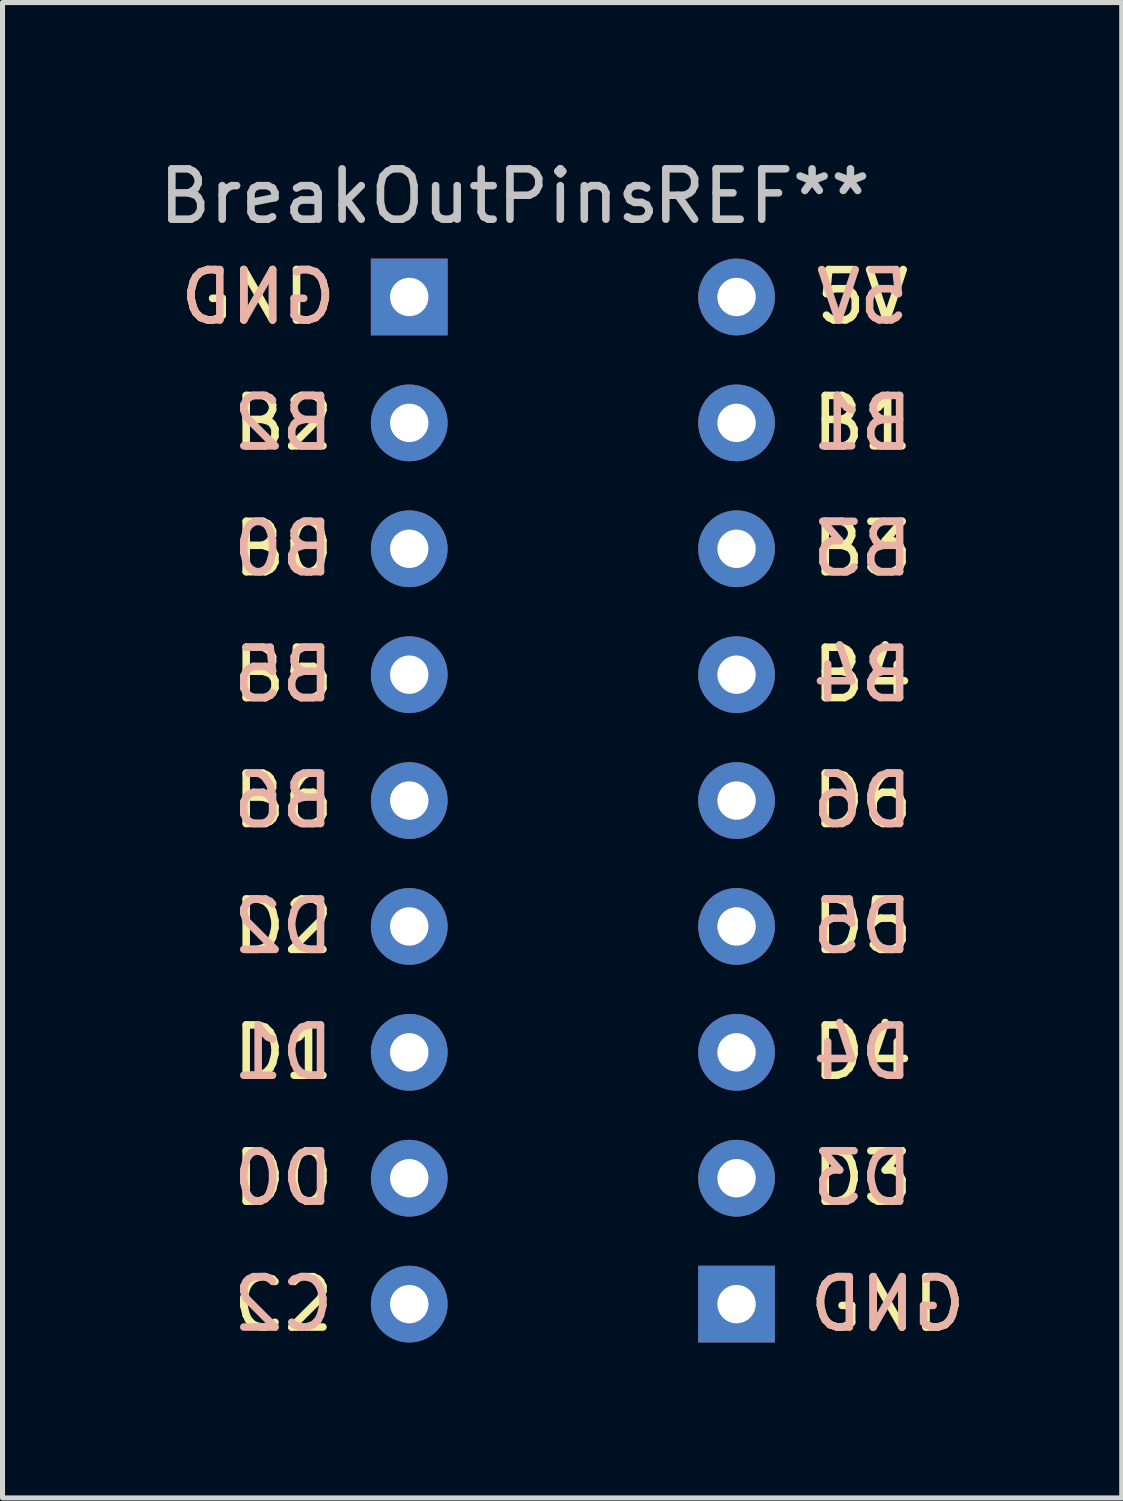
<source format=kicad_pcb>
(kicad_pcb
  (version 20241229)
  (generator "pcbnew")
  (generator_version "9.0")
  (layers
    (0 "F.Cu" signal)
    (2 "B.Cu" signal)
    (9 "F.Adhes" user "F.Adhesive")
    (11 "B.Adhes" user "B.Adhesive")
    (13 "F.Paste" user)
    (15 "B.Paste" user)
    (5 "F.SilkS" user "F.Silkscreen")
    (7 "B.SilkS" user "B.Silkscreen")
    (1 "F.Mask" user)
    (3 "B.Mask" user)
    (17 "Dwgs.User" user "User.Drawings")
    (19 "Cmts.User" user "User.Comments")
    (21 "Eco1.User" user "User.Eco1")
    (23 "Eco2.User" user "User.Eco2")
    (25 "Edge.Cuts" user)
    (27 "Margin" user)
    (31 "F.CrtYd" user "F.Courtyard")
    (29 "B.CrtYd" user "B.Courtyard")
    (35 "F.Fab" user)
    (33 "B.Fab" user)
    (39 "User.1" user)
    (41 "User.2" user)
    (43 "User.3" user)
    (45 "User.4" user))
  (footprint "BreakOutPins"
    (layer "F.Cu")
    (at 5.077 2.848)
    (property "Reference" "BreakOutPins" (at 0 -2 0) (unlocked yes) (layer "Dwgs.User") (effects (font (size 1 1) (thickness 0.15))))
    (attr through_hole)
    (fp_text user "B2" (at -2.5 2.5 0) (unlocked yes) (layer "F.SilkS") (effects (font (size 1 1) (thickness 0.15))))
    (fp_text user "D0" (at -2.5 17.5 0) (unlocked yes) (layer "F.SilkS") (effects (font (size 1 1) (thickness 0.15))))
    (fp_text user "B5" (at -2.5 7.5 0) (unlocked yes) (layer "F.SilkS") (effects (font (size 1 1) (thickness 0.15))))
    (fp_text user "B1" (at 9 2.5 0) (unlocked yes) (layer "F.SilkS") (effects (font (size 1 1) (thickness 0.15))))
    (fp_text user "5V" (at 9 0 0) (unlocked yes) (layer "F.SilkS") (effects (font (size 1 1) (thickness 0.15))))
    (fp_text user "D4" (at 9 15 0) (unlocked yes) (layer "F.SilkS") (effects (font (size 1 1) (thickness 0.15))))
    (fp_text user "GND" (at -3 0 0) (unlocked yes) (layer "F.SilkS") (effects (font (size 1 1) (thickness 0.15))))
    (fp_text user "B3" (at 9 5 0) (unlocked yes) (layer "F.SilkS") (effects (font (size 1 1) (thickness 0.15))))
    (fp_text user "D6" (at 9 10 0) (unlocked yes) (layer "F.SilkS") (effects (font (size 1 1) (thickness 0.15))))
    (fp_text user "B6" (at -2.5 10 0) (unlocked yes) (layer "F.SilkS") (effects (font (size 1 1) (thickness 0.15))))
    (fp_text user "C2" (at -2.5 20 0) (unlocked yes) (layer "F.SilkS") (effects (font (size 1 1) (thickness 0.15))))
    (fp_text user "GND" (at 9.5 20 0) (unlocked yes) (layer "F.SilkS") (effects (font (size 1 1) (thickness 0.15))))
    (fp_text user "B0" (at -2.5 5 0) (unlocked yes) (layer "F.SilkS") (effects (font (size 1 1) (thickness 0.15))))
    (fp_text user "D2" (at -2.5 12.5 0) (unlocked yes) (layer "F.SilkS") (effects (font (size 1 1) (thickness 0.15))))
    (fp_text user "D5" (at 9 12.5 0) (unlocked yes) (layer "F.SilkS") (effects (font (size 1 1) (thickness 0.15))))
    (fp_text user "D3" (at 9 17.5 0) (unlocked yes) (layer "F.SilkS") (effects (font (size 1 1) (thickness 0.15))))
    (fp_text user "D1" (at -2.5 15 0) (unlocked yes) (layer "F.SilkS") (effects (font (size 1 1) (thickness 0.15))))
    (fp_text user "B4" (at 9 7.5 0) (unlocked yes) (layer "F.SilkS") (effects (font (size 1 1) (thickness 0.15))))
    (fp_text user "D1" (at -2.5 15 0) (unlocked yes) (layer "B.SilkS") (effects (font (size 1 1) (thickness 0.15)) (justify mirror)))
    (fp_text user "B5" (at -2.5 7.5 0) (unlocked yes) (layer "B.SilkS") (effects (font (size 1 1) (thickness 0.15)) (justify mirror)))
    (fp_text user "D6" (at 9 10 0) (unlocked yes) (layer "B.SilkS") (effects (font (size 1 1) (thickness 0.15)) (justify mirror)))
    (fp_text user "D5" (at 9 12.5 0) (unlocked yes) (layer "B.SilkS") (effects (font (size 1 1) (thickness 0.15)) (justify mirror)))
    (fp_text user "5V" (at 9 0 0) (unlocked yes) (layer "B.SilkS") (effects (font (size 1 1) (thickness 0.15)) (justify mirror)))
    (fp_text user "B3" (at 9 5 0) (unlocked yes) (layer "B.SilkS") (effects (font (size 1 1) (thickness 0.15)) (justify mirror)))
    (fp_text user "B6" (at -2.5 10 0) (unlocked yes) (layer "B.SilkS") (effects (font (size 1 1) (thickness 0.15)) (justify mirror)))
    (fp_text user "B4" (at 9 7.5 0) (unlocked yes) (layer "B.SilkS") (effects (font (size 1 1) (thickness 0.15)) (justify mirror)))
    (fp_text user "GND" (at -3 0 0) (unlocked yes) (layer "B.SilkS") (effects (font (size 1 1) (thickness 0.15)) (justify mirror)))
    (fp_text user "D4" (at 9 15 0) (unlocked yes) (layer "B.SilkS") (effects (font (size 1 1) (thickness 0.15)) (justify mirror)))
    (fp_text user "B1" (at 9 2.5 0) (unlocked yes) (layer "B.SilkS") (effects (font (size 1 1) (thickness 0.15)) (justify mirror)))
    (fp_text user "D0" (at -2.5 17.5 0) (unlocked yes) (layer "B.SilkS") (effects (font (size 1 1) (thickness 0.15)) (justify mirror)))
    (fp_text user "B2" (at -2.5 2.5 0) (unlocked yes) (layer "B.SilkS") (effects (font (size 1 1) (thickness 0.15)) (justify mirror)))
    (fp_text user "GND" (at 9.5 20 0) (unlocked yes) (layer "B.SilkS") (effects (font (size 1 1) (thickness 0.15)) (justify mirror)))
    (fp_text user "D3" (at 9 17.5 0) (unlocked yes) (layer "B.SilkS") (effects (font (size 1 1) (thickness 0.15)) (justify mirror)))
    (fp_text user "C2" (at -2.5 20 0) (unlocked yes) (layer "B.SilkS") (effects (font (size 1 1) (thickness 0.15)) (justify mirror)))
    (fp_text user "D2" (at -2.5 12.5 0) (unlocked yes) (layer "B.SilkS") (effects (font (size 1 1) (thickness 0.15)) (justify mirror)))
    (fp_text user "B0" (at -2.5 5 0) (unlocked yes) (layer "B.SilkS") (effects (font (size 1 1) (thickness 0.15)) (justify mirror)))
    (fp_text user "REF**" (at 7 -2 0) (unlocked yes) (layer "Dwgs.User") (effects (font (size 1 1) (thickness 0.15))))
    (pad "1" thru_hole rect (at 0 0) (size 1.524 1.524) (drill 0.762) (layers "*.Cu" "*.Mask"))
    (pad "2" thru_hole circle (at 0 2.5) (size 1.524 1.524) (drill 0.762) (layers "*.Cu" "*.Mask"))
    (pad "3" thru_hole circle (at 0 5) (size 1.524 1.524) (drill 0.762) (layers "*.Cu" "*.Mask"))
    (pad "4" thru_hole circle (at 0 7.5) (size 1.524 1.524) (drill 0.762) (layers "*.Cu" "*.Mask"))
    (pad "5" thru_hole circle (at 0 10) (size 1.524 1.524) (drill 0.762) (layers "*.Cu" "*.Mask"))
    (pad "6" thru_hole circle (at 0 12.5) (size 1.524 1.524) (drill 0.762) (layers "*.Cu" "*.Mask"))
    (pad "7" thru_hole circle (at 0 15) (size 1.524 1.524) (drill 0.762) (layers "*.Cu" "*.Mask"))
    (pad "8" thru_hole circle (at 0 17.5) (size 1.524 1.524) (drill 0.762) (layers "*.Cu" "*.Mask"))
    (pad "9" thru_hole circle (at 0 20) (size 1.524 1.524) (drill 0.762) (layers "*.Cu" "*.Mask"))
    (pad "10" thru_hole circle (at 6.5 0) (size 1.524 1.524) (drill 0.762) (layers "*.Cu" "*.Mask"))
    (pad "11" thru_hole circle (at 6.5 2.5) (size 1.524 1.524) (drill 0.762) (layers "*.Cu" "*.Mask"))
    (pad "12" thru_hole circle (at 6.5 5) (size 1.524 1.524) (drill 0.762) (layers "*.Cu" "*.Mask"))
    (pad "13" thru_hole circle (at 6.5 7.5) (size 1.524 1.524) (drill 0.762) (layers "*.Cu" "*.Mask"))
    (pad "14" thru_hole circle (at 6.5 10) (size 1.524 1.524) (drill 0.762) (layers "*.Cu" "*.Mask"))
    (pad "15" thru_hole circle (at 6.5 12.5) (size 1.524 1.524) (drill 0.762) (layers "*.Cu" "*.Mask"))
    (pad "16" thru_hole circle (at 6.5 15) (size 1.524 1.524) (drill 0.762) (layers "*.Cu" "*.Mask"))
    (pad "17" thru_hole circle (at 6.5 17.5) (size 1.524 1.524) (drill 0.762) (layers "*.Cu" "*.Mask"))
    (pad "18" thru_hole rect (at 6.5 20) (size 1.524 1.524) (drill 0.762) (layers "*.Cu" "*.Mask")))
  (gr_rect
    (start -3 -3)
    (end 19.226 26.697)
    (stroke (width 0.1) (type default))
    (fill no)
    (layer "Edge.Cuts")))
</source>
